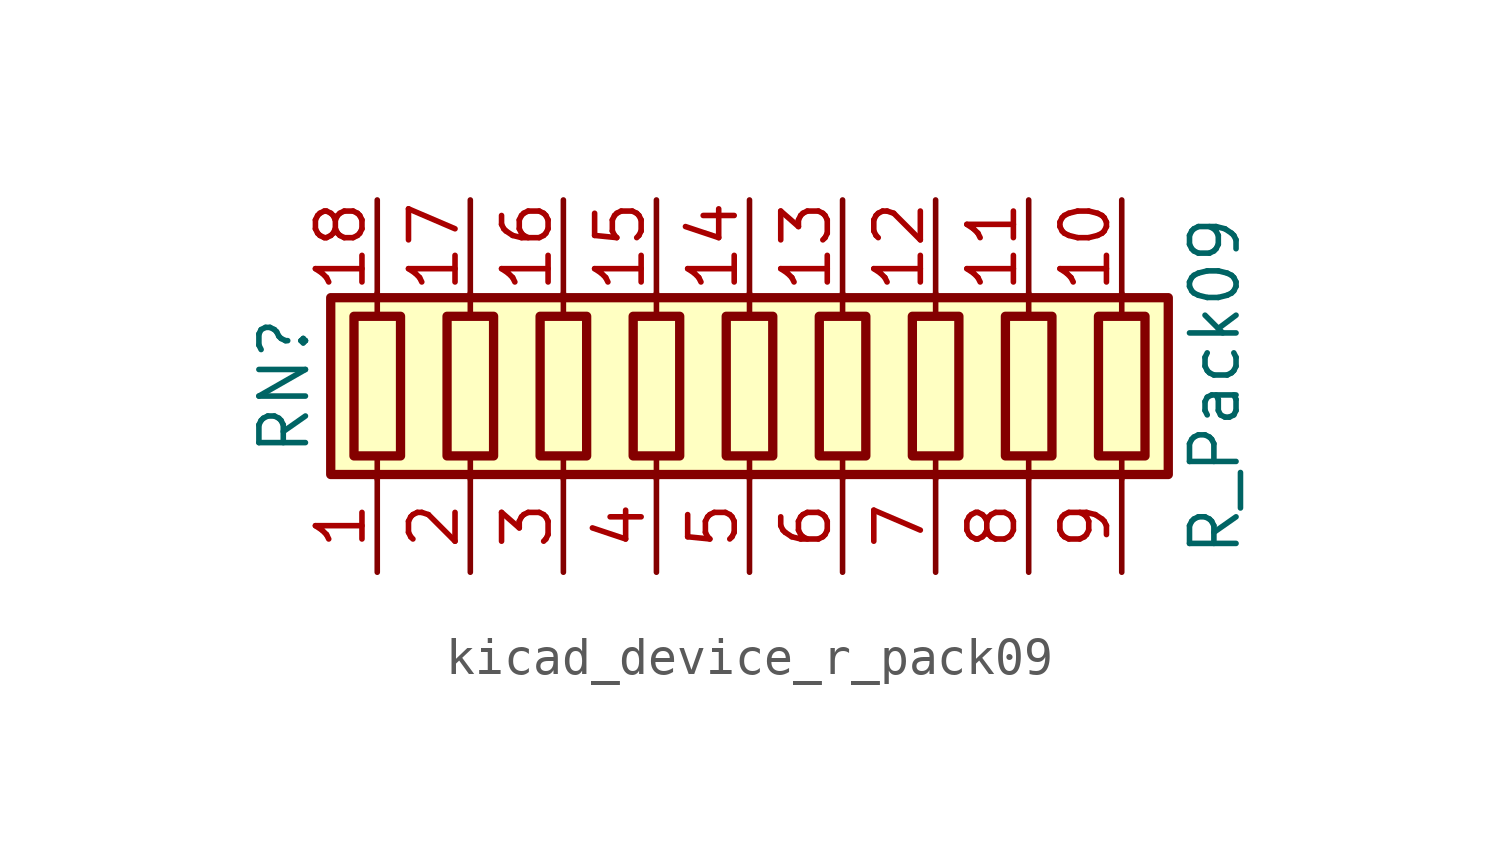
<source format=kicad_sym>
(kicad_symbol_lib
  (version 20220914)
  (generator kicad_symbol_editor)
  (symbol "kicad_device_r_pack09"
    (pin_names
      (offset 0) hide)
    (property "Reference" "RN"
      (at -12.7 0 90)
      (effects (font (size 1.27 1.27))))
    (property "Value" "R_Pack09"
      (at 12.7 0 90)
      (effects (font (size 1.27 1.27))))
    (symbol "kicad_device_r_pack09_0_1"
      (rectangle (start -11.43 -2.413) (end 11.43 2.413) (stroke (width 0.254) (type default)) (fill (type background)))
      (rectangle (start -10.795 1.905) (end -9.525 -1.905) (stroke (width 0.254) (type default)) (fill (type none)))
      (rectangle (start -8.255 1.905) (end -6.985 -1.905) (stroke (width 0.254) (type default)) (fill (type none)))
      (rectangle (start -5.715 1.905) (end -4.445 -1.905) (stroke (width 0.254) (type default)) (fill (type none)))
      (rectangle (start -3.175 1.905) (end -1.905 -1.905) (stroke (width 0.254) (type default)) (fill (type none)))
      (rectangle (start -0.635 1.905) (end 0.635 -1.905) (stroke (width 0.254) (type default)) (fill (type none)))
      (polyline (pts (xy -10.16 -2.54) (xy -10.16 -1.905)) (stroke (width 0) (type default)) (fill (type none)))
      (polyline (pts (xy -10.16 1.905) (xy -10.16 2.54)) (stroke (width 0) (type default)) (fill (type none)))
      (polyline (pts (xy -7.62 -2.54) (xy -7.62 -1.905)) (stroke (width 0) (type default)) (fill (type none)))
      (polyline (pts (xy -7.62 1.905) (xy -7.62 2.54)) (stroke (width 0) (type default)) (fill (type none)))
      (polyline (pts (xy -5.08 -2.54) (xy -5.08 -1.905)) (stroke (width 0) (type default)) (fill (type none)))
      (polyline (pts (xy -5.08 1.905) (xy -5.08 2.54)) (stroke (width 0) (type default)) (fill (type none)))
      (polyline (pts (xy -2.54 -2.54) (xy -2.54 -1.905)) (stroke (width 0) (type default)) (fill (type none)))
      (polyline (pts (xy -2.54 1.905) (xy -2.54 2.54)) (stroke (width 0) (type default)) (fill (type none)))
      (polyline (pts (xy 0 -2.54) (xy 0 -1.905)) (stroke (width 0) (type default)) (fill (type none)))
      (polyline (pts (xy 0 1.905) (xy 0 2.54)) (stroke (width 0) (type default)) (fill (type none)))
      (polyline (pts (xy 2.54 -2.54) (xy 2.54 -1.905)) (stroke (width 0) (type default)) (fill (type none)))
      (polyline (pts (xy 2.54 1.905) (xy 2.54 2.54)) (stroke (width 0) (type default)) (fill (type none)))
      (polyline (pts (xy 5.08 -2.54) (xy 5.08 -1.905)) (stroke (width 0) (type default)) (fill (type none)))
      (polyline (pts (xy 5.08 1.905) (xy 5.08 2.54)) (stroke (width 0) (type default)) (fill (type none)))
      (polyline (pts (xy 7.62 -2.54) (xy 7.62 -1.905)) (stroke (width 0) (type default)) (fill (type none)))
      (polyline (pts (xy 7.62 1.905) (xy 7.62 2.54)) (stroke (width 0) (type default)) (fill (type none)))
      (polyline (pts (xy 10.16 -2.54) (xy 10.16 -1.905)) (stroke (width 0) (type default)) (fill (type none)))
      (polyline (pts (xy 10.16 1.905) (xy 10.16 2.54)) (stroke (width 0) (type default)) (fill (type none)))
      (rectangle (start 1.905 1.905) (end 3.175 -1.905) (stroke (width 0.254) (type default)) (fill (type none)))
      (rectangle (start 4.445 1.905) (end 5.715 -1.905) (stroke (width 0.254) (type default)) (fill (type none)))
      (rectangle (start 6.985 1.905) (end 8.255 -1.905) (stroke (width 0.254) (type default)) (fill (type none)))
      (rectangle (start 9.525 1.905) (end 10.795 -1.905) (stroke (width 0.254) (type default)) (fill (type none))))
    (symbol "kicad_device_r_pack09_1_1"
      (pin passive line (at -10.16 -5.08 90) (length 2.54) (name "R1.1" (effects (font (size 1.27 1.27)))) (number "1" (effects (font (size 1.27 1.27)))))
      (pin passive line (at 10.16 5.08 270) (length 2.54) (name "R9.2" (effects (font (size 1.27 1.27)))) (number "10" (effects (font (size 1.27 1.27)))))
      (pin passive line (at 7.62 5.08 270) (length 2.54) (name "R8.2" (effects (font (size 1.27 1.27)))) (number "11" (effects (font (size 1.27 1.27)))))
      (pin passive line (at 5.08 5.08 270) (length 2.54) (name "R7.2" (effects (font (size 1.27 1.27)))) (number "12" (effects (font (size 1.27 1.27)))))
      (pin passive line (at 2.54 5.08 270) (length 2.54) (name "R6.2" (effects (font (size 1.27 1.27)))) (number "13" (effects (font (size 1.27 1.27)))))
      (pin passive line (at 0 5.08 270) (length 2.54) (name "R5.2" (effects (font (size 1.27 1.27)))) (number "14" (effects (font (size 1.27 1.27)))))
      (pin passive line (at -2.54 5.08 270) (length 2.54) (name "R4.2" (effects (font (size 1.27 1.27)))) (number "15" (effects (font (size 1.27 1.27)))))
      (pin passive line (at -5.08 5.08 270) (length 2.54) (name "R3.2" (effects (font (size 1.27 1.27)))) (number "16" (effects (font (size 1.27 1.27)))))
      (pin passive line (at -7.62 5.08 270) (length 2.54) (name "R2.2" (effects (font (size 1.27 1.27)))) (number "17" (effects (font (size 1.27 1.27)))))
      (pin passive line (at -10.16 5.08 270) (length 2.54) (name "R1.2" (effects (font (size 1.27 1.27)))) (number "18" (effects (font (size 1.27 1.27)))))
      (pin passive line (at -7.62 -5.08 90) (length 2.54) (name "R2.1" (effects (font (size 1.27 1.27)))) (number "2" (effects (font (size 1.27 1.27)))))
      (pin passive line (at -5.08 -5.08 90) (length 2.54) (name "R3.1" (effects (font (size 1.27 1.27)))) (number "3" (effects (font (size 1.27 1.27)))))
      (pin passive line (at -2.54 -5.08 90) (length 2.54) (name "R4.1" (effects (font (size 1.27 1.27)))) (number "4" (effects (font (size 1.27 1.27)))))
      (pin passive line (at 0 -5.08 90) (length 2.54) (name "R5.1" (effects (font (size 1.27 1.27)))) (number "5" (effects (font (size 1.27 1.27)))))
      (pin passive line (at 2.54 -5.08 90) (length 2.54) (name "R6.1" (effects (font (size 1.27 1.27)))) (number "6" (effects (font (size 1.27 1.27)))))
      (pin passive line (at 5.08 -5.08 90) (length 2.54) (name "R7.1" (effects (font (size 1.27 1.27)))) (number "7" (effects (font (size 1.27 1.27)))))
      (pin passive line (at 7.62 -5.08 90) (length 2.54) (name "R8.1" (effects (font (size 1.27 1.27)))) (number "8" (effects (font (size 1.27 1.27)))))
      (pin passive line (at 10.16 -5.08 90) (length 2.54) (name "R9.1" (effects (font (size 1.27 1.27)))) (number "9" (effects (font (size 1.27 1.27))))))))
</source>
